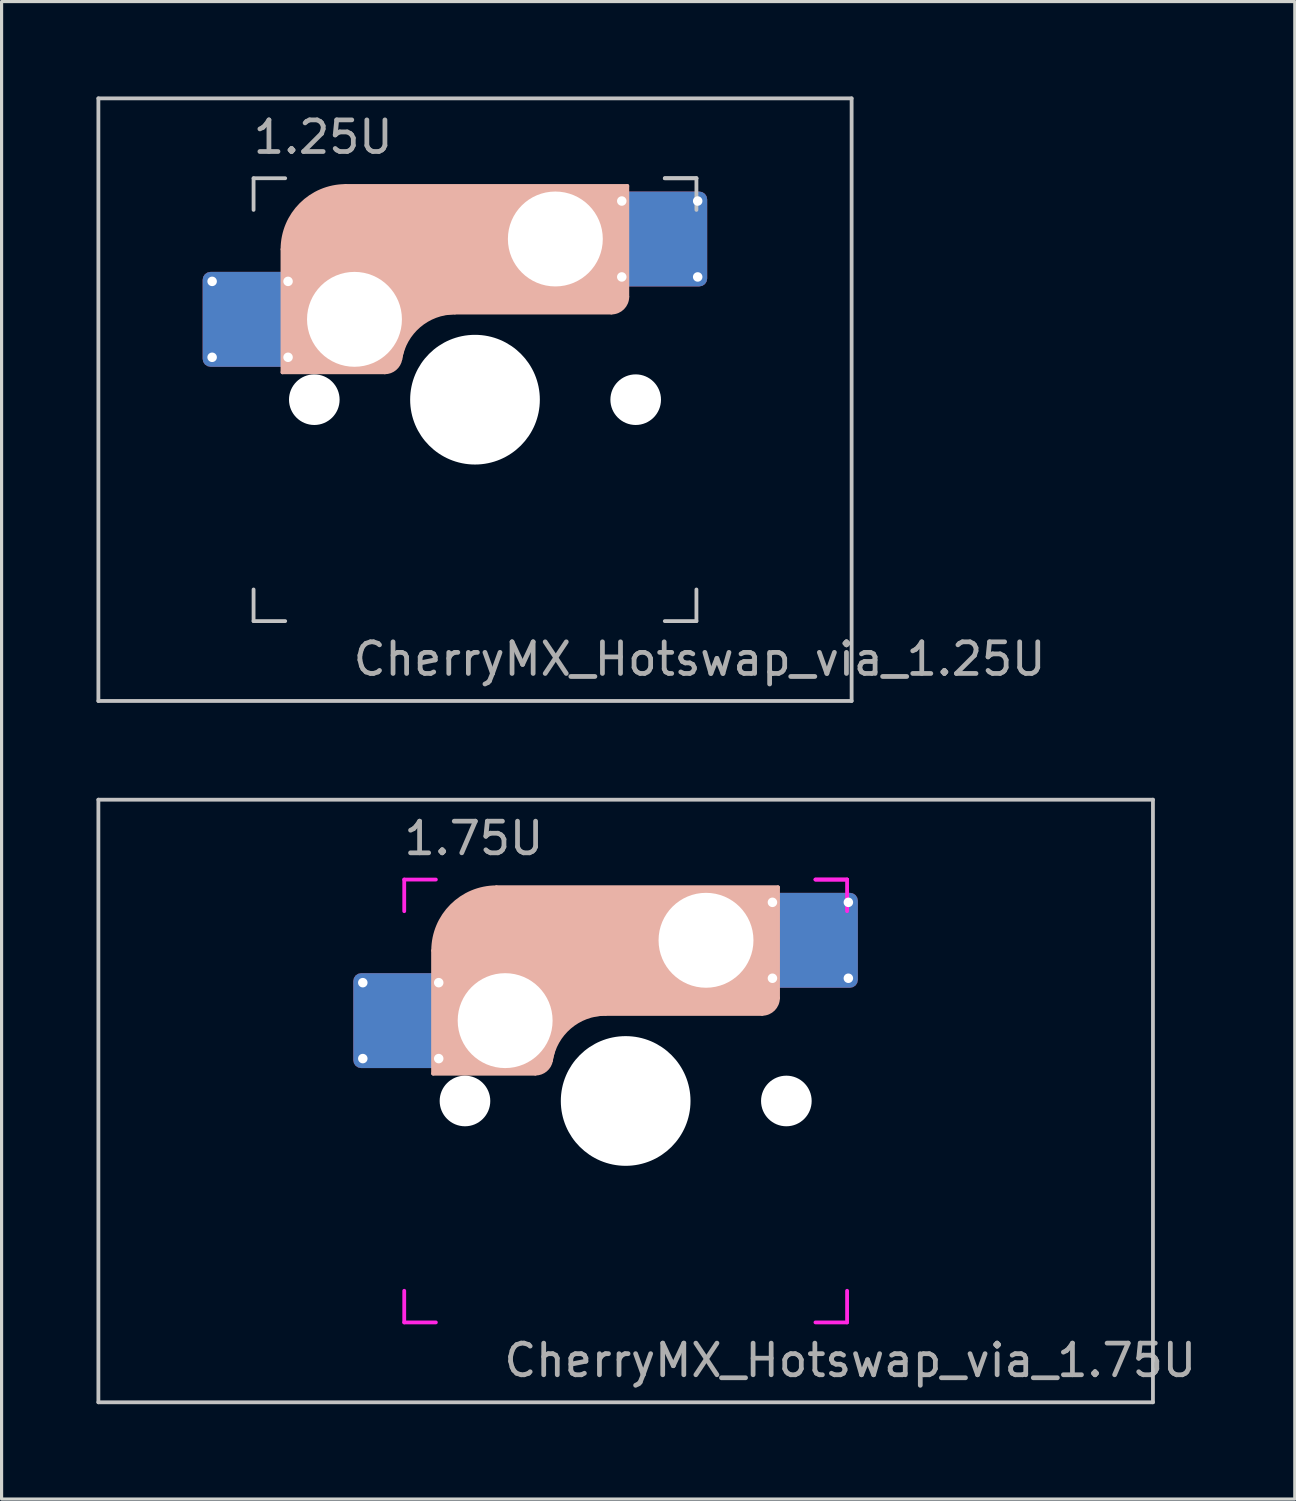
<source format=kicad_pcb>
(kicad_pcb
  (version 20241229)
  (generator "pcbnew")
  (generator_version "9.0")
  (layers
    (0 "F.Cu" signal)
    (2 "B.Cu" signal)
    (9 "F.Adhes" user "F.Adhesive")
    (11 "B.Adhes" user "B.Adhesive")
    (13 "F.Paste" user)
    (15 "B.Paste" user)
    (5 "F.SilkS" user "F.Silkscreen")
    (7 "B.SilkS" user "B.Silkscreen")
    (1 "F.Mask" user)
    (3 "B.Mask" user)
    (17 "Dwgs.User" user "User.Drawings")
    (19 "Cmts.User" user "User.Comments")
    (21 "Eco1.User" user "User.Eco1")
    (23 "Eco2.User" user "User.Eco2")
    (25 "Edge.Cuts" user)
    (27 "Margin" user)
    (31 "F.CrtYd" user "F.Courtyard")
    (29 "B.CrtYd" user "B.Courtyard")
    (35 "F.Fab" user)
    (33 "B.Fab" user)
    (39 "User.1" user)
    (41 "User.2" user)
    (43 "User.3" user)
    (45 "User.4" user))
  (footprint "CherryMX_Hotswap_via_1.25U"
    (layer "F.Cu")
    (at 11.966 9.585)
    (property "Reference" "CherryMX_Hotswap_via_1.25U" (at 7.1 8.2 0) (layer "F.Fab") (effects (font (size 1 1) (thickness 0.15))))
    (attr through_hole)
    (fp_line (start -8.11 -1.74) (end -8.11 -3.34) (stroke (width 0.12) (type solid)) (layer "B.Mask"))
    (fp_line (start -7.91 -3.54) (end -6.31 -3.54) (stroke (width 0.12) (type solid)) (layer "B.Mask"))
    (fp_line (start -6.31 -1.54) (end -7.91 -1.54) (stroke (width 0.12) (type solid)) (layer "B.Mask"))
    (fp_line (start -6.11 -3.34) (end -6.11 -1.74) (stroke (width 0.12) (type solid)) (layer "B.Mask"))
    (fp_line (start 4.84 -5.88) (end 4.84 -4.28) (stroke (width 0.12) (type solid)) (layer "B.Mask"))
    (fp_line (start 5.04 -6.08) (end 6.64 -6.08) (stroke (width 0.12) (type solid)) (layer "B.Mask"))
    (fp_line (start 5.04 -4.08) (end 6.64 -4.08) (stroke (width 0.12) (type solid)) (layer "B.Mask"))
    (fp_line (start 6.84 -4.28) (end 6.84 -5.88) (stroke (width 0.12) (type solid)) (layer "B.Mask"))
    (fp_arc (start -8.11 -3.34) (mid -8.051421 -3.481421) (end -7.91 -3.54) (stroke (width 0.12) (type solid)) (layer "B.Mask"))
    (fp_arc (start -7.91 -1.54) (mid -8.051421 -1.598579) (end -8.11 -1.74) (stroke (width 0.12) (type solid)) (layer "B.Mask"))
    (fp_arc (start -6.31 -3.54) (mid -6.168579 -3.481421) (end -6.11 -3.34) (stroke (width 0.12) (type solid)) (layer "B.Mask"))
    (fp_arc (start -6.11 -1.74) (mid -6.168579 -1.598579) (end -6.31 -1.54) (stroke (width 0.12) (type solid)) (layer "B.Mask"))
    (fp_arc (start 4.84 -5.88) (mid 4.898579 -6.021421) (end 5.04 -6.08) (stroke (width 0.12) (type solid)) (layer "B.Mask"))
    (fp_arc (start 5.04 -4.08) (mid 4.898579 -4.138579) (end 4.84 -4.28) (stroke (width 0.12) (type solid)) (layer "B.Mask"))
    (fp_arc (start 6.64 -6.08) (mid 6.781421 -6.021421) (end 6.84 -5.88) (stroke (width 0.12) (type solid)) (layer "B.Mask"))
    (fp_arc (start 6.84 -4.28) (mid 6.781421 -4.138579) (end 6.64 -4.08) (stroke (width 0.12) (type solid)) (layer "B.Mask"))
    (fp_poly (pts (xy -6.11 -3.34) (xy -6.11 -1.74) (xy -6.31 -1.54) (xy -7.91 -1.54) (xy -8.11 -1.74) (xy -8.11 -3.34) (xy -7.91 -3.54) (xy -6.31 -3.54)) (stroke (width 0.1) (type solid)) (fill yes) (layer "B.Mask"))
    (fp_poly (pts (xy 6.84 -5.88) (xy 6.84 -4.28) (xy 6.64 -4.08) (xy 5.04 -4.08) (xy 4.84 -4.28) (xy 4.84 -5.88) (xy 5.04 -6.08) (xy 6.64 -6.08)) (stroke (width 0.1) (type solid)) (fill yes) (layer "B.Mask"))
    (fp_line (start -6.085 -0.865) (end -6.085 -4.755) (stroke (width 0.12) (type solid)) (layer "B.SilkS"))
    (fp_line (start -4.085 -6.755) (end 4.815 -6.755) (stroke (width 0.12) (type solid)) (layer "B.SilkS"))
    (fp_line (start -2.852 -0.865) (end -6.085 -0.865) (stroke (width 0.12) (type solid)) (layer "B.SilkS"))
    (fp_line (start -0.635 -2.755) (end 4.315 -2.755) (stroke (width 0.12) (type solid)) (layer "B.SilkS"))
    (fp_line (start 4.815 -6.755) (end 4.815 -3.255) (stroke (width 0.12) (type solid)) (layer "B.SilkS"))
    (fp_arc (start -6.085 -4.755) (mid -5.499214 -6.169214) (end -4.085 -6.755) (stroke (width 0.12) (type solid)) (layer "B.SilkS"))
    (fp_arc (start -2.360959 -1.278326) (mid -1.770727 -2.335454) (end -0.635 -2.755) (stroke (width 0.12) (type solid)) (layer "B.SilkS"))
    (fp_arc (start -2.36 -1.278176) (mid -2.53101 -0.981978) (end -2.852404 -0.865) (stroke (width 0.12) (type solid)) (layer "B.SilkS"))
    (fp_arc (start 4.815 -3.255) (mid 4.668553 -2.901447) (end 4.315 -2.755) (stroke (width 0.12) (type solid)) (layer "B.SilkS"))
    (fp_poly (pts (xy 4.815 -3.255) (xy 4.633 -2.937) (xy 4.315 -2.755) (xy -0.635 -2.755) (xy -1.259 -2.696) (xy -1.805 -2.376) (xy -2.207 -1.885) (xy -2.361 -1.278) (xy -2.563 -1.02) (xy -2.852 -0.865) (xy -6.085 -0.865) (xy -6.085 -4.755) (xy -5.887 -5.501) (xy -5.464 -6.134) (xy -4.831 -6.557) (xy -4.085 -6.755) (xy 4.815 -6.755)) (stroke (width 0.1) (type solid)) (fill yes) (layer "B.SilkS"))
    (fp_line (start -8.11 -1.74) (end -8.11 -3.34) (stroke (width 0.12) (type solid)) (layer "B.Paste"))
    (fp_line (start -7.91 -3.54) (end -6.31 -3.54) (stroke (width 0.12) (type solid)) (layer "B.Paste"))
    (fp_line (start -6.31 -1.54) (end -7.91 -1.54) (stroke (width 0.12) (type solid)) (layer "B.Paste"))
    (fp_line (start -6.11 -3.34) (end -6.11 -1.74) (stroke (width 0.12) (type solid)) (layer "B.Paste"))
    (fp_line (start 4.84 -5.88) (end 4.84 -4.28) (stroke (width 0.12) (type solid)) (layer "B.Paste"))
    (fp_line (start 5.04 -6.08) (end 6.64 -6.08) (stroke (width 0.12) (type solid)) (layer "B.Paste"))
    (fp_line (start 5.04 -4.08) (end 6.64 -4.08) (stroke (width 0.12) (type solid)) (layer "B.Paste"))
    (fp_line (start 6.84 -4.28) (end 6.84 -5.88) (stroke (width 0.12) (type solid)) (layer "B.Paste"))
    (fp_arc (start -8.11 -3.34) (mid -8.051421 -3.481421) (end -7.91 -3.54) (stroke (width 0.12) (type solid)) (layer "B.Paste"))
    (fp_arc (start -7.91 -1.54) (mid -8.051421 -1.598579) (end -8.11 -1.74) (stroke (width 0.12) (type solid)) (layer "B.Paste"))
    (fp_arc (start -6.31 -3.54) (mid -6.168579 -3.481421) (end -6.11 -3.34) (stroke (width 0.12) (type solid)) (layer "B.Paste"))
    (fp_arc (start -6.11 -1.74) (mid -6.168579 -1.598579) (end -6.31 -1.54) (stroke (width 0.12) (type solid)) (layer "B.Paste"))
    (fp_arc (start 4.84 -5.88) (mid 4.898579 -6.021421) (end 5.04 -6.08) (stroke (width 0.12) (type solid)) (layer "B.Paste"))
    (fp_arc (start 5.04 -4.08) (mid 4.898579 -4.138579) (end 4.84 -4.28) (stroke (width 0.12) (type solid)) (layer "B.Paste"))
    (fp_arc (start 6.64 -6.08) (mid 6.781421 -6.021421) (end 6.84 -5.88) (stroke (width 0.12) (type solid)) (layer "B.Paste"))
    (fp_arc (start 6.84 -4.28) (mid 6.781421 -4.138579) (end 6.64 -4.08) (stroke (width 0.12) (type solid)) (layer "B.Paste"))
    (fp_poly (pts (xy -6.11 -3.34) (xy -6.11 -1.74) (xy -6.31 -1.54) (xy -7.91 -1.54) (xy -8.11 -1.74) (xy -8.11 -3.34) (xy -7.91 -3.54) (xy -6.31 -3.54)) (stroke (width 0.1) (type solid)) (fill yes) (layer "B.Paste"))
    (fp_poly (pts (xy 6.84 -5.88) (xy 6.84 -4.28) (xy 6.64 -4.08) (xy 5.04 -4.08) (xy 4.84 -4.28) (xy 4.84 -5.88) (xy 5.04 -6.08) (xy 6.64 -6.08)) (stroke (width 0.1) (type solid)) (fill yes) (layer "B.Paste"))
    (fp_line (start -11.906 -9.525) (end 11.906 -9.525) (stroke (width 0.12) (type solid)) (layer "Dwgs.User"))
    (fp_line (start -11.906 9.525) (end -11.906 -9.525) (stroke (width 0.12) (type solid)) (layer "Dwgs.User"))
    (fp_line (start -7 -7) (end -7 -6) (stroke (width 0.12) (type solid)) (layer "Dwgs.User"))
    (fp_line (start -7 -7) (end -6 -7) (stroke (width 0.12) (type solid)) (layer "Dwgs.User"))
    (fp_line (start -7 7) (end -7 6) (stroke (width 0.12) (type solid)) (layer "Dwgs.User"))
    (fp_line (start -7 7) (end -6 7) (stroke (width 0.12) (type solid)) (layer "Dwgs.User"))
    (fp_line (start 6 -7) (end 7 -7) (stroke (width 0.12) (type solid)) (layer "Dwgs.User"))
    (fp_line (start 7 -7) (end 6 -7) (stroke (width 0.12) (type solid)) (layer "Dwgs.User"))
    (fp_line (start 7 -7) (end 7 -6) (stroke (width 0.12) (type solid)) (layer "Dwgs.User"))
    (fp_line (start 7 7) (end 6 7) (stroke (width 0.12) (type solid)) (layer "Dwgs.User"))
    (fp_line (start 7 7) (end 7 6) (stroke (width 0.12) (type solid)) (layer "Dwgs.User"))
    (fp_line (start 11.906 -9.525) (end 11.906 9.525) (stroke (width 0.12) (type solid)) (layer "Dwgs.User"))
    (fp_line (start 11.906 9.525) (end -11.906 9.525) (stroke (width 0.12) (type solid)) (layer "Dwgs.User"))
    (fp_text user "1.25U" (at -4.8 -8.3 0) (layer "F.Fab") (effects (font (size 1 1) (thickness 0.15))))
    (pad "" np_thru_hole circle (at -5.08 0) (size 1.6 1.6) (drill 1.6) (layers "*.Cu" "*.Mask"))
    (pad "" np_thru_hole circle (at -3.81 -2.54) (size 3 3) (drill 3) (layers "*.Cu" "*.Mask"))
    (pad "" np_thru_hole circle (at 0 0) (size 4.1 4.1) (drill 4.1) (layers "*.Cu" "*.Mask"))
    (pad "" np_thru_hole circle (at 2.54 -5.08) (size 3 3) (drill 3) (layers "*.Cu" "*.Mask"))
    (pad "" np_thru_hole circle (at 5.08 0) (size 1.6 1.6) (drill 1.6) (layers "*.Cu" "*.Mask"))
    (pad "1" thru_hole circle (at -8.31 -3.74) (size 0.5 0.5) (drill 0.3) (layers "*.Cu"))
    (pad "1" thru_hole circle (at -8.31 -1.34) (size 0.5 0.5) (drill 0.3) (layers "*.Cu"))
    (pad "1" smd roundrect (at -7.11 -2.54) (size 3 3) (layers "F.Cu") (roundrect_rratio 0.083))
    (pad "1" smd roundrect (at -7.11 -2.54 180) (size 3 3) (layers "B.Cu") (roundrect_rratio 0.083))
    (pad "1" thru_hole circle (at -5.91 -3.74) (size 0.5 0.5) (drill 0.3) (layers "*.Cu"))
    (pad "1" thru_hole circle (at -5.91 -1.34) (size 0.5 0.5) (drill 0.3) (layers "*.Cu"))
    (pad "2" thru_hole circle (at 4.64 -6.28 180) (size 0.5 0.5) (drill 0.3) (layers "*.Cu"))
    (pad "2" thru_hole circle (at 4.64 -3.88 180) (size 0.5 0.5) (drill 0.3) (layers "*.Cu"))
    (pad "2" smd roundrect (at 5.84 -5.08 180) (size 3 3) (layers "F.Cu") (roundrect_rratio 0.083))
    (pad "2" smd roundrect (at 5.84 -5.08 180) (size 3 3) (layers "B.Cu") (roundrect_rratio 0.083))
    (pad "2" thru_hole circle (at 7.04 -6.28 180) (size 0.5 0.5) (drill 0.3) (layers "*.Cu"))
    (pad "2" thru_hole circle (at 7.04 -3.88 180) (size 0.5 0.5) (drill 0.3) (layers "*.Cu")))
  (footprint "CherryMX_Hotswap_via_1.75U"
    (layer "F.Cu")
    (at 16.729 31.755)
    (property "Reference" "CherryMX_Hotswap_via_1.75U" (at 7.1 8.2 0) (layer "F.Fab") (effects (font (size 1 1) (thickness 0.15))))
    (attr through_hole)
    (fp_line (start -8.11 -1.74) (end -8.11 -3.34) (stroke (width 0.12) (type solid)) (layer "B.Mask"))
    (fp_line (start -7.91 -3.54) (end -6.31 -3.54) (stroke (width 0.12) (type solid)) (layer "B.Mask"))
    (fp_line (start -6.31 -1.54) (end -7.91 -1.54) (stroke (width 0.12) (type solid)) (layer "B.Mask"))
    (fp_line (start -6.11 -3.34) (end -6.11 -1.74) (stroke (width 0.12) (type solid)) (layer "B.Mask"))
    (fp_line (start 4.84 -5.88) (end 4.84 -4.28) (stroke (width 0.12) (type solid)) (layer "B.Mask"))
    (fp_line (start 5.04 -6.08) (end 6.64 -6.08) (stroke (width 0.12) (type solid)) (layer "B.Mask"))
    (fp_line (start 5.04 -4.08) (end 6.64 -4.08) (stroke (width 0.12) (type solid)) (layer "B.Mask"))
    (fp_line (start 6.84 -4.28) (end 6.84 -5.88) (stroke (width 0.12) (type solid)) (layer "B.Mask"))
    (fp_arc (start -8.11 -3.34) (mid -8.051421 -3.481421) (end -7.91 -3.54) (stroke (width 0.12) (type solid)) (layer "B.Mask"))
    (fp_arc (start -7.91 -1.54) (mid -8.051421 -1.598579) (end -8.11 -1.74) (stroke (width 0.12) (type solid)) (layer "B.Mask"))
    (fp_arc (start -6.31 -3.54) (mid -6.168579 -3.481421) (end -6.11 -3.34) (stroke (width 0.12) (type solid)) (layer "B.Mask"))
    (fp_arc (start -6.11 -1.74) (mid -6.168579 -1.598579) (end -6.31 -1.54) (stroke (width 0.12) (type solid)) (layer "B.Mask"))
    (fp_arc (start 4.84 -5.88) (mid 4.898579 -6.021421) (end 5.04 -6.08) (stroke (width 0.12) (type solid)) (layer "B.Mask"))
    (fp_arc (start 5.04 -4.08) (mid 4.898579 -4.138579) (end 4.84 -4.28) (stroke (width 0.12) (type solid)) (layer "B.Mask"))
    (fp_arc (start 6.64 -6.08) (mid 6.781421 -6.021421) (end 6.84 -5.88) (stroke (width 0.12) (type solid)) (layer "B.Mask"))
    (fp_arc (start 6.84 -4.28) (mid 6.781421 -4.138579) (end 6.64 -4.08) (stroke (width 0.12) (type solid)) (layer "B.Mask"))
    (fp_poly (pts (xy -6.11 -3.34) (xy -6.11 -1.74) (xy -6.31 -1.54) (xy -7.91 -1.54) (xy -8.11 -1.74) (xy -8.11 -3.34) (xy -7.91 -3.54) (xy -6.31 -3.54)) (stroke (width 0.1) (type solid)) (fill yes) (layer "B.Mask"))
    (fp_poly (pts (xy 6.84 -5.88) (xy 6.84 -4.28) (xy 6.64 -4.08) (xy 5.04 -4.08) (xy 4.84 -4.28) (xy 4.84 -5.88) (xy 5.04 -6.08) (xy 6.64 -6.08)) (stroke (width 0.1) (type solid)) (fill yes) (layer "B.Mask"))
    (fp_line (start -6.085 -0.865) (end -6.085 -4.755) (stroke (width 0.12) (type solid)) (layer "B.SilkS"))
    (fp_line (start -4.085 -6.755) (end 4.815 -6.755) (stroke (width 0.12) (type solid)) (layer "B.SilkS"))
    (fp_line (start -2.852 -0.865) (end -6.085 -0.865) (stroke (width 0.12) (type solid)) (layer "B.SilkS"))
    (fp_line (start -0.635 -2.755) (end 4.315 -2.755) (stroke (width 0.12) (type solid)) (layer "B.SilkS"))
    (fp_line (start 4.815 -6.755) (end 4.815 -3.255) (stroke (width 0.12) (type solid)) (layer "B.SilkS"))
    (fp_arc (start -6.085 -4.755) (mid -5.499214 -6.169214) (end -4.085 -6.755) (stroke (width 0.12) (type solid)) (layer "B.SilkS"))
    (fp_arc (start -2.360959 -1.278326) (mid -1.770727 -2.335454) (end -0.635 -2.755) (stroke (width 0.12) (type solid)) (layer "B.SilkS"))
    (fp_arc (start -2.36 -1.278176) (mid -2.53101 -0.981978) (end -2.852404 -0.865) (stroke (width 0.12) (type solid)) (layer "B.SilkS"))
    (fp_arc (start 4.815 -3.255) (mid 4.668553 -2.901447) (end 4.315 -2.755) (stroke (width 0.12) (type solid)) (layer "B.SilkS"))
    (fp_poly (pts (xy 4.815 -3.255) (xy 4.633 -2.937) (xy 4.315 -2.755) (xy -0.635 -2.755) (xy -1.259 -2.696) (xy -1.805 -2.376) (xy -2.207 -1.885) (xy -2.361 -1.278) (xy -2.563 -1.02) (xy -2.852 -0.865) (xy -6.085 -0.865) (xy -6.085 -4.755) (xy -5.887 -5.501) (xy -5.464 -6.134) (xy -4.831 -6.557) (xy -4.085 -6.755) (xy 4.815 -6.755)) (stroke (width 0.1) (type solid)) (fill yes) (layer "B.SilkS"))
    (fp_line (start -8.11 -1.74) (end -8.11 -3.34) (stroke (width 0.12) (type solid)) (layer "B.Paste"))
    (fp_line (start -7.91 -3.54) (end -6.31 -3.54) (stroke (width 0.12) (type solid)) (layer "B.Paste"))
    (fp_line (start -6.31 -1.54) (end -7.91 -1.54) (stroke (width 0.12) (type solid)) (layer "B.Paste"))
    (fp_line (start -6.11 -3.34) (end -6.11 -1.74) (stroke (width 0.12) (type solid)) (layer "B.Paste"))
    (fp_line (start 4.84 -5.88) (end 4.84 -4.28) (stroke (width 0.12) (type solid)) (layer "B.Paste"))
    (fp_line (start 5.04 -6.08) (end 6.64 -6.08) (stroke (width 0.12) (type solid)) (layer "B.Paste"))
    (fp_line (start 5.04 -4.08) (end 6.64 -4.08) (stroke (width 0.12) (type solid)) (layer "B.Paste"))
    (fp_line (start 6.84 -4.28) (end 6.84 -5.88) (stroke (width 0.12) (type solid)) (layer "B.Paste"))
    (fp_arc (start -8.11 -3.34) (mid -8.051421 -3.481421) (end -7.91 -3.54) (stroke (width 0.12) (type solid)) (layer "B.Paste"))
    (fp_arc (start -7.91 -1.54) (mid -8.051421 -1.598579) (end -8.11 -1.74) (stroke (width 0.12) (type solid)) (layer "B.Paste"))
    (fp_arc (start -6.31 -3.54) (mid -6.168579 -3.481421) (end -6.11 -3.34) (stroke (width 0.12) (type solid)) (layer "B.Paste"))
    (fp_arc (start -6.11 -1.74) (mid -6.168579 -1.598579) (end -6.31 -1.54) (stroke (width 0.12) (type solid)) (layer "B.Paste"))
    (fp_arc (start 4.84 -5.88) (mid 4.898579 -6.021421) (end 5.04 -6.08) (stroke (width 0.12) (type solid)) (layer "B.Paste"))
    (fp_arc (start 5.04 -4.08) (mid 4.898579 -4.138579) (end 4.84 -4.28) (stroke (width 0.12) (type solid)) (layer "B.Paste"))
    (fp_arc (start 6.64 -6.08) (mid 6.781421 -6.021421) (end 6.84 -5.88) (stroke (width 0.12) (type solid)) (layer "B.Paste"))
    (fp_arc (start 6.84 -4.28) (mid 6.781421 -4.138579) (end 6.64 -4.08) (stroke (width 0.12) (type solid)) (layer "B.Paste"))
    (fp_poly (pts (xy -6.11 -3.34) (xy -6.11 -1.74) (xy -6.31 -1.54) (xy -7.91 -1.54) (xy -8.11 -1.74) (xy -8.11 -3.34) (xy -7.91 -3.54) (xy -6.31 -3.54)) (stroke (width 0.1) (type solid)) (fill yes) (layer "B.Paste"))
    (fp_poly (pts (xy 6.84 -5.88) (xy 6.84 -4.28) (xy 6.64 -4.08) (xy 5.04 -4.08) (xy 4.84 -4.28) (xy 4.84 -5.88) (xy 5.04 -6.08) (xy 6.64 -6.08)) (stroke (width 0.1) (type solid)) (fill yes) (layer "B.Paste"))
    (fp_line (start -16.669 -9.525) (end 16.669 -9.525) (stroke (width 0.12) (type solid)) (layer "Dwgs.User"))
    (fp_line (start -16.669 9.525) (end -16.669 -9.525) (stroke (width 0.12) (type solid)) (layer "Dwgs.User"))
    (fp_line (start 16.669 -9.525) (end 16.669 9.525) (stroke (width 0.12) (type solid)) (layer "Dwgs.User"))
    (fp_line (start 16.669 9.525) (end -16.669 9.525) (stroke (width 0.12) (type solid)) (layer "Dwgs.User"))
    (fp_line (start -7 -7) (end -7 -6) (stroke (width 0.12) (type solid)) (layer "F.CrtYd"))
    (fp_line (start -7 -7) (end -6 -7) (stroke (width 0.12) (type solid)) (layer "F.CrtYd"))
    (fp_line (start -7 7) (end -7 6) (stroke (width 0.12) (type solid)) (layer "F.CrtYd"))
    (fp_line (start -7 7) (end -6 7) (stroke (width 0.12) (type solid)) (layer "F.CrtYd"))
    (fp_line (start 6 -7) (end 7 -7) (stroke (width 0.12) (type solid)) (layer "F.CrtYd"))
    (fp_line (start 7 -7) (end 6 -7) (stroke (width 0.12) (type solid)) (layer "F.CrtYd"))
    (fp_line (start 7 -7) (end 7 -6) (stroke (width 0.12) (type solid)) (layer "F.CrtYd"))
    (fp_line (start 7 7) (end 6 7) (stroke (width 0.12) (type solid)) (layer "F.CrtYd"))
    (fp_line (start 7 7) (end 7 6) (stroke (width 0.12) (type solid)) (layer "F.CrtYd"))
    (fp_text user "1.75U" (at -4.8 -8.3 0) (layer "F.Fab") (effects (font (size 1 1) (thickness 0.15))))
    (pad "" np_thru_hole circle (at -5.08 0) (size 1.6 1.6) (drill 1.6) (layers "*.Cu" "*.Mask"))
    (pad "" np_thru_hole circle (at -3.81 -2.54) (size 3 3) (drill 3) (layers "*.Cu" "*.Mask"))
    (pad "" np_thru_hole circle (at 0 0) (size 4.1 4.1) (drill 4.1) (layers "*.Cu" "*.Mask"))
    (pad "" np_thru_hole circle (at 2.54 -5.08) (size 3 3) (drill 3) (layers "*.Cu" "*.Mask"))
    (pad "" np_thru_hole circle (at 5.08 0) (size 1.6 1.6) (drill 1.6) (layers "*.Cu" "*.Mask"))
    (pad "1" thru_hole circle (at -8.31 -3.74) (size 0.5 0.5) (drill 0.3) (layers "*.Cu"))
    (pad "1" thru_hole circle (at -8.31 -1.34) (size 0.5 0.5) (drill 0.3) (layers "*.Cu"))
    (pad "1" smd roundrect (at -7.11 -2.54) (size 3 3) (layers "F.Cu") (roundrect_rratio 0.083))
    (pad "1" smd roundrect (at -7.11 -2.54 180) (size 3 3) (layers "B.Cu") (roundrect_rratio 0.083))
    (pad "1" thru_hole circle (at -5.91 -3.74) (size 0.5 0.5) (drill 0.3) (layers "*.Cu"))
    (pad "1" thru_hole circle (at -5.91 -1.34) (size 0.5 0.5) (drill 0.3) (layers "*.Cu"))
    (pad "2" thru_hole circle (at 4.64 -6.28 180) (size 0.5 0.5) (drill 0.3) (layers "*.Cu"))
    (pad "2" thru_hole circle (at 4.64 -3.88 180) (size 0.5 0.5) (drill 0.3) (layers "*.Cu"))
    (pad "2" smd roundrect (at 5.84 -5.08 180) (size 3 3) (layers "F.Cu") (roundrect_rratio 0.083))
    (pad "2" smd roundrect (at 5.84 -5.08 180) (size 3 3) (layers "B.Cu") (roundrect_rratio 0.083))
    (pad "2" thru_hole circle (at 7.04 -6.28 180) (size 0.5 0.5) (drill 0.3) (layers "*.Cu"))
    (pad "2" thru_hole circle (at 7.04 -3.88 180) (size 0.5 0.5) (drill 0.3) (layers "*.Cu")))
  (gr_rect
    (start -3 -3)
    (end 37.882 44.34)
    (stroke (width 0.1) (type default))
    (fill no)
    (layer "Edge.Cuts")))
</source>
